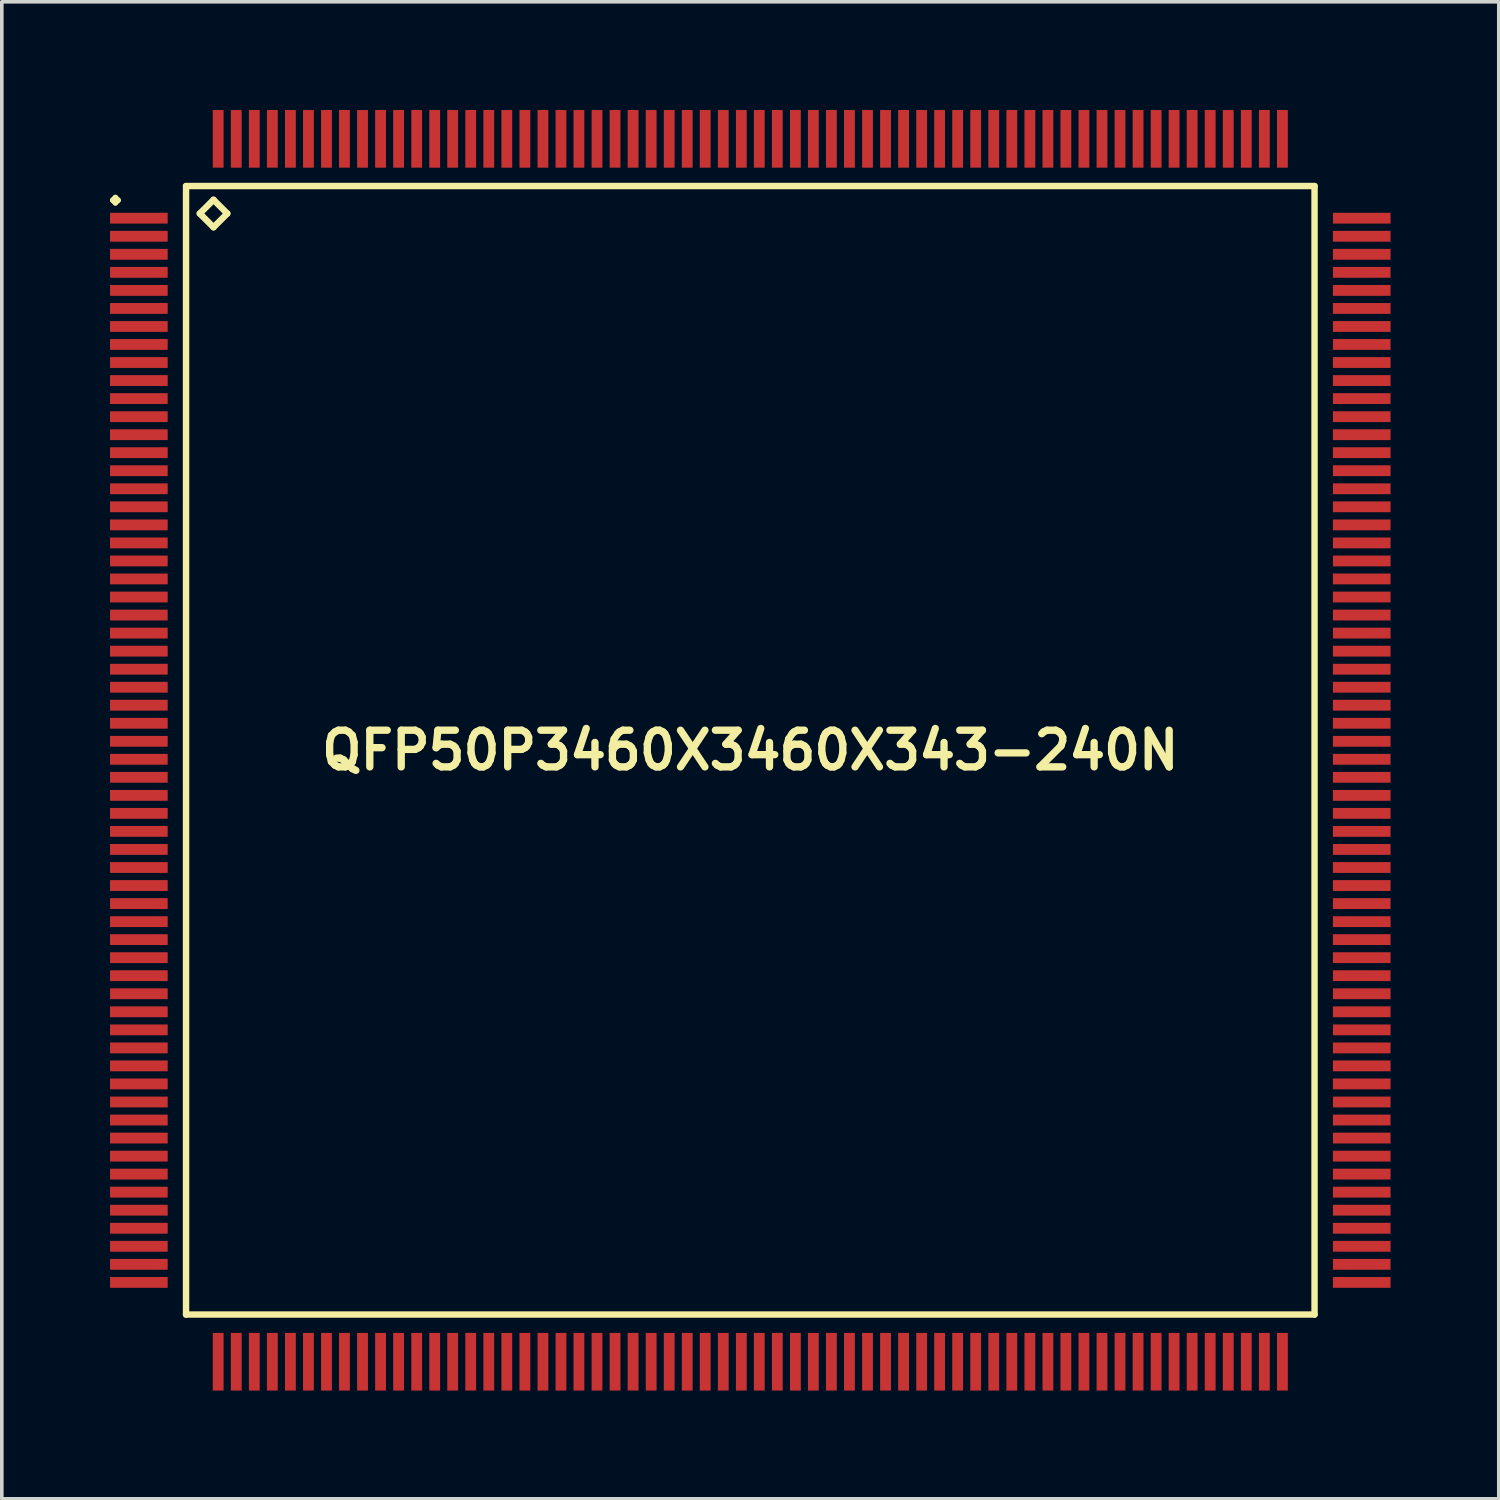
<source format=kicad_pcb>
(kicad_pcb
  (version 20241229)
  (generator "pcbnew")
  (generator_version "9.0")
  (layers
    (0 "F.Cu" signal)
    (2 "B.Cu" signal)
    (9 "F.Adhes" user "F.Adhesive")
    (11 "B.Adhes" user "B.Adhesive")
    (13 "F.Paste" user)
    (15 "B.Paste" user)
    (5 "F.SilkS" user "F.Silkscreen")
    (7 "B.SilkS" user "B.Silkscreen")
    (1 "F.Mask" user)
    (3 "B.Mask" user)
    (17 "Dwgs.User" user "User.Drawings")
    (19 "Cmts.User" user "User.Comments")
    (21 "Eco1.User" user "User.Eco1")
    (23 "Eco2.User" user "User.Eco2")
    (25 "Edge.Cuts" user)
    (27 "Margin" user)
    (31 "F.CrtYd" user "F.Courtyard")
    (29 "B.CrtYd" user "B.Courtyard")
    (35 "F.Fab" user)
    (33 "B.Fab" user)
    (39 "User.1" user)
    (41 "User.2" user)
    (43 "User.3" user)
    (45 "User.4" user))
  (footprint "QFP50P3460X3460X343-240N"
    (layer "F.Cu")
    (at 17.748 17.748)
    (property "Reference" "QFP50P3460X3460X343-240N" (at 0 0 0) (layer "F.SilkS") (effects (font (size 1.016 1.016) (thickness 0.203))))
    (attr smd)
    (fp_line (start -17.673 -15.248) (end -17.6 -15.324) (stroke (width 0.15) (type solid)) (layer "F.SilkS"))
    (fp_line (start -17.6 -15.324) (end -17.523 -15.248) (stroke (width 0.15) (type solid)) (layer "F.SilkS"))
    (fp_line (start -17.6 -15.174) (end -17.673 -15.248) (stroke (width 0.15) (type solid)) (layer "F.SilkS"))
    (fp_line (start -17.523 -15.248) (end -17.6 -15.174) (stroke (width 0.15) (type solid)) (layer "F.SilkS"))
    (fp_line (start -15.641 -15.641) (end -15.641 15.641) (stroke (width 0.178) (type solid)) (layer "F.SilkS"))
    (fp_line (start -15.641 15.641) (end 15.641 15.641) (stroke (width 0.178) (type solid)) (layer "F.SilkS"))
    (fp_line (start -15.26 -14.879) (end -14.879 -15.26) (stroke (width 0.178) (type solid)) (layer "F.SilkS"))
    (fp_line (start -14.879 -15.26) (end -14.498 -14.879) (stroke (width 0.178) (type solid)) (layer "F.SilkS"))
    (fp_line (start -14.879 -14.498) (end -15.26 -14.879) (stroke (width 0.178) (type solid)) (layer "F.SilkS"))
    (fp_line (start -14.498 -14.879) (end -14.879 -14.498) (stroke (width 0.178) (type solid)) (layer "F.SilkS"))
    (fp_line (start 15.641 -15.641) (end -15.641 -15.641) (stroke (width 0.178) (type solid)) (layer "F.SilkS"))
    (fp_line (start 15.641 15.641) (end 15.641 -15.641) (stroke (width 0.178) (type solid)) (layer "F.SilkS"))
    (pad "1" smd rect (at -16.949 -14.75) (size 1.598 0.3) (layers "F.Cu" "F.Mask" "F.Paste"))
    (pad "2" smd rect (at -16.949 -14.249) (size 1.598 0.3) (layers "F.Cu" "F.Mask" "F.Paste"))
    (pad "3" smd rect (at -16.949 -13.749) (size 1.598 0.3) (layers "F.Cu" "F.Mask" "F.Paste"))
    (pad "4" smd rect (at -16.949 -13.249) (size 1.598 0.3) (layers "F.Cu" "F.Mask" "F.Paste"))
    (pad "5" smd rect (at -16.949 -12.748) (size 1.598 0.3) (layers "F.Cu" "F.Mask" "F.Paste"))
    (pad "6" smd rect (at -16.949 -12.248) (size 1.598 0.3) (layers "F.Cu" "F.Mask" "F.Paste"))
    (pad "7" smd rect (at -16.949 -11.748) (size 1.598 0.3) (layers "F.Cu" "F.Mask" "F.Paste"))
    (pad "8" smd rect (at -16.949 -11.25) (size 1.598 0.3) (layers "F.Cu" "F.Mask" "F.Paste"))
    (pad "9" smd rect (at -16.949 -10.749) (size 1.598 0.3) (layers "F.Cu" "F.Mask" "F.Paste"))
    (pad "10" smd rect (at -16.949 -10.249) (size 1.598 0.3) (layers "F.Cu" "F.Mask" "F.Paste"))
    (pad "11" smd rect (at -16.949 -9.749) (size 1.598 0.3) (layers "F.Cu" "F.Mask" "F.Paste"))
    (pad "12" smd rect (at -16.949 -9.248) (size 1.598 0.3) (layers "F.Cu" "F.Mask" "F.Paste"))
    (pad "13" smd rect (at -16.949 -8.748) (size 1.598 0.3) (layers "F.Cu" "F.Mask" "F.Paste"))
    (pad "14" smd rect (at -16.949 -8.25) (size 1.598 0.3) (layers "F.Cu" "F.Mask" "F.Paste"))
    (pad "15" smd rect (at -16.949 -7.75) (size 1.598 0.3) (layers "F.Cu" "F.Mask" "F.Paste"))
    (pad "16" smd rect (at -16.949 -7.249) (size 1.598 0.3) (layers "F.Cu" "F.Mask" "F.Paste"))
    (pad "17" smd rect (at -16.949 -6.749) (size 1.598 0.3) (layers "F.Cu" "F.Mask" "F.Paste"))
    (pad "18" smd rect (at -16.949 -6.248) (size 1.598 0.3) (layers "F.Cu" "F.Mask" "F.Paste"))
    (pad "19" smd rect (at -16.949 -5.748) (size 1.598 0.3) (layers "F.Cu" "F.Mask" "F.Paste"))
    (pad "20" smd rect (at -16.949 -5.248) (size 1.598 0.3) (layers "F.Cu" "F.Mask" "F.Paste"))
    (pad "21" smd rect (at -16.949 -4.75) (size 1.598 0.3) (layers "F.Cu" "F.Mask" "F.Paste"))
    (pad "22" smd rect (at -16.949 -4.249) (size 1.598 0.3) (layers "F.Cu" "F.Mask" "F.Paste"))
    (pad "23" smd rect (at -16.949 -3.749) (size 1.598 0.3) (layers "F.Cu" "F.Mask" "F.Paste"))
    (pad "24" smd rect (at -16.949 -3.249) (size 1.598 0.3) (layers "F.Cu" "F.Mask" "F.Paste"))
    (pad "25" smd rect (at -16.949 -2.748) (size 1.598 0.3) (layers "F.Cu" "F.Mask" "F.Paste"))
    (pad "26" smd rect (at -16.949 -2.248) (size 1.598 0.3) (layers "F.Cu" "F.Mask" "F.Paste"))
    (pad "27" smd rect (at -16.949 -1.748) (size 1.598 0.3) (layers "F.Cu" "F.Mask" "F.Paste"))
    (pad "28" smd rect (at -16.949 -1.25) (size 1.598 0.3) (layers "F.Cu" "F.Mask" "F.Paste"))
    (pad "29" smd rect (at -16.949 -0.749) (size 1.598 0.3) (layers "F.Cu" "F.Mask" "F.Paste"))
    (pad "30" smd rect (at -16.949 -0.249) (size 1.598 0.3) (layers "F.Cu" "F.Mask" "F.Paste"))
    (pad "31" smd rect (at -16.949 0.249) (size 1.598 0.3) (layers "F.Cu" "F.Mask" "F.Paste"))
    (pad "32" smd rect (at -16.949 0.749) (size 1.598 0.3) (layers "F.Cu" "F.Mask" "F.Paste"))
    (pad "33" smd rect (at -16.949 1.25) (size 1.598 0.3) (layers "F.Cu" "F.Mask" "F.Paste"))
    (pad "34" smd rect (at -16.949 1.748) (size 1.598 0.3) (layers "F.Cu" "F.Mask" "F.Paste"))
    (pad "35" smd rect (at -16.949 2.248) (size 1.598 0.3) (layers "F.Cu" "F.Mask" "F.Paste"))
    (pad "36" smd rect (at -16.949 2.748) (size 1.598 0.3) (layers "F.Cu" "F.Mask" "F.Paste"))
    (pad "37" smd rect (at -16.949 3.249) (size 1.598 0.3) (layers "F.Cu" "F.Mask" "F.Paste"))
    (pad "38" smd rect (at -16.949 3.749) (size 1.598 0.3) (layers "F.Cu" "F.Mask" "F.Paste"))
    (pad "39" smd rect (at -16.949 4.249) (size 1.598 0.3) (layers "F.Cu" "F.Mask" "F.Paste"))
    (pad "40" smd rect (at -16.949 4.75) (size 1.598 0.3) (layers "F.Cu" "F.Mask" "F.Paste"))
    (pad "41" smd rect (at -16.949 5.248) (size 1.598 0.3) (layers "F.Cu" "F.Mask" "F.Paste"))
    (pad "42" smd rect (at -16.949 5.748) (size 1.598 0.3) (layers "F.Cu" "F.Mask" "F.Paste"))
    (pad "43" smd rect (at -16.949 6.248) (size 1.598 0.3) (layers "F.Cu" "F.Mask" "F.Paste"))
    (pad "44" smd rect (at -16.949 6.749) (size 1.598 0.3) (layers "F.Cu" "F.Mask" "F.Paste"))
    (pad "45" smd rect (at -16.949 7.249) (size 1.598 0.3) (layers "F.Cu" "F.Mask" "F.Paste"))
    (pad "46" smd rect (at -16.949 7.75) (size 1.598 0.3) (layers "F.Cu" "F.Mask" "F.Paste"))
    (pad "47" smd rect (at -16.949 8.25) (size 1.598 0.3) (layers "F.Cu" "F.Mask" "F.Paste"))
    (pad "48" smd rect (at -16.949 8.748) (size 1.598 0.3) (layers "F.Cu" "F.Mask" "F.Paste"))
    (pad "49" smd rect (at -16.949 9.248) (size 1.598 0.3) (layers "F.Cu" "F.Mask" "F.Paste"))
    (pad "50" smd rect (at -16.949 9.749) (size 1.598 0.3) (layers "F.Cu" "F.Mask" "F.Paste"))
    (pad "51" smd rect (at -16.949 10.249) (size 1.598 0.3) (layers "F.Cu" "F.Mask" "F.Paste"))
    (pad "52" smd rect (at -16.949 10.749) (size 1.598 0.3) (layers "F.Cu" "F.Mask" "F.Paste"))
    (pad "53" smd rect (at -16.949 11.25) (size 1.598 0.3) (layers "F.Cu" "F.Mask" "F.Paste"))
    (pad "54" smd rect (at -16.949 11.748) (size 1.598 0.3) (layers "F.Cu" "F.Mask" "F.Paste"))
    (pad "55" smd rect (at -16.949 12.248) (size 1.598 0.3) (layers "F.Cu" "F.Mask" "F.Paste"))
    (pad "56" smd rect (at -16.949 12.748) (size 1.598 0.3) (layers "F.Cu" "F.Mask" "F.Paste"))
    (pad "57" smd rect (at -16.949 13.249) (size 1.598 0.3) (layers "F.Cu" "F.Mask" "F.Paste"))
    (pad "58" smd rect (at -16.949 13.749) (size 1.598 0.3) (layers "F.Cu" "F.Mask" "F.Paste"))
    (pad "59" smd rect (at -16.949 14.249) (size 1.598 0.3) (layers "F.Cu" "F.Mask" "F.Paste"))
    (pad "60" smd rect (at -16.949 14.75) (size 1.598 0.3) (layers "F.Cu" "F.Mask" "F.Paste"))
    (pad "61" smd rect (at -14.75 16.949) (size 0.3 1.598) (layers "F.Cu" "F.Mask" "F.Paste"))
    (pad "62" smd rect (at -14.249 16.949) (size 0.3 1.598) (layers "F.Cu" "F.Mask" "F.Paste"))
    (pad "63" smd rect (at -13.749 16.949) (size 0.3 1.598) (layers "F.Cu" "F.Mask" "F.Paste"))
    (pad "64" smd rect (at -13.249 16.949) (size 0.3 1.598) (layers "F.Cu" "F.Mask" "F.Paste"))
    (pad "65" smd rect (at -12.748 16.949) (size 0.3 1.598) (layers "F.Cu" "F.Mask" "F.Paste"))
    (pad "66" smd rect (at -12.248 16.949) (size 0.3 1.598) (layers "F.Cu" "F.Mask" "F.Paste"))
    (pad "67" smd rect (at -11.748 16.949) (size 0.3 1.598) (layers "F.Cu" "F.Mask" "F.Paste"))
    (pad "68" smd rect (at -11.25 16.949) (size 0.3 1.598) (layers "F.Cu" "F.Mask" "F.Paste"))
    (pad "69" smd rect (at -10.749 16.949) (size 0.3 1.598) (layers "F.Cu" "F.Mask" "F.Paste"))
    (pad "70" smd rect (at -10.249 16.949) (size 0.3 1.598) (layers "F.Cu" "F.Mask" "F.Paste"))
    (pad "71" smd rect (at -9.749 16.949) (size 0.3 1.598) (layers "F.Cu" "F.Mask" "F.Paste"))
    (pad "72" smd rect (at -9.248 16.949) (size 0.3 1.598) (layers "F.Cu" "F.Mask" "F.Paste"))
    (pad "73" smd rect (at -8.748 16.949) (size 0.3 1.598) (layers "F.Cu" "F.Mask" "F.Paste"))
    (pad "74" smd rect (at -8.25 16.949) (size 0.3 1.598) (layers "F.Cu" "F.Mask" "F.Paste"))
    (pad "75" smd rect (at -7.75 16.949) (size 0.3 1.598) (layers "F.Cu" "F.Mask" "F.Paste"))
    (pad "76" smd rect (at -7.249 16.949) (size 0.3 1.598) (layers "F.Cu" "F.Mask" "F.Paste"))
    (pad "77" smd rect (at -6.749 16.949) (size 0.3 1.598) (layers "F.Cu" "F.Mask" "F.Paste"))
    (pad "78" smd rect (at -6.248 16.949) (size 0.3 1.598) (layers "F.Cu" "F.Mask" "F.Paste"))
    (pad "79" smd rect (at -5.748 16.949) (size 0.3 1.598) (layers "F.Cu" "F.Mask" "F.Paste"))
    (pad "80" smd rect (at -5.248 16.949) (size 0.3 1.598) (layers "F.Cu" "F.Mask" "F.Paste"))
    (pad "81" smd rect (at -4.75 16.949) (size 0.3 1.598) (layers "F.Cu" "F.Mask" "F.Paste"))
    (pad "82" smd rect (at -4.249 16.949) (size 0.3 1.598) (layers "F.Cu" "F.Mask" "F.Paste"))
    (pad "83" smd rect (at -3.749 16.949) (size 0.3 1.598) (layers "F.Cu" "F.Mask" "F.Paste"))
    (pad "84" smd rect (at -3.249 16.949) (size 0.3 1.598) (layers "F.Cu" "F.Mask" "F.Paste"))
    (pad "85" smd rect (at -2.748 16.949) (size 0.3 1.598) (layers "F.Cu" "F.Mask" "F.Paste"))
    (pad "86" smd rect (at -2.248 16.949) (size 0.3 1.598) (layers "F.Cu" "F.Mask" "F.Paste"))
    (pad "87" smd rect (at -1.748 16.949) (size 0.3 1.598) (layers "F.Cu" "F.Mask" "F.Paste"))
    (pad "88" smd rect (at -1.25 16.949) (size 0.3 1.598) (layers "F.Cu" "F.Mask" "F.Paste"))
    (pad "89" smd rect (at -0.749 16.949) (size 0.3 1.598) (layers "F.Cu" "F.Mask" "F.Paste"))
    (pad "90" smd rect (at -0.249 16.949) (size 0.3 1.598) (layers "F.Cu" "F.Mask" "F.Paste"))
    (pad "91" smd rect (at 0.249 16.949) (size 0.3 1.598) (layers "F.Cu" "F.Mask" "F.Paste"))
    (pad "92" smd rect (at 0.749 16.949) (size 0.3 1.598) (layers "F.Cu" "F.Mask" "F.Paste"))
    (pad "93" smd rect (at 1.25 16.949) (size 0.3 1.598) (layers "F.Cu" "F.Mask" "F.Paste"))
    (pad "94" smd rect (at 1.748 16.949) (size 0.3 1.598) (layers "F.Cu" "F.Mask" "F.Paste"))
    (pad "95" smd rect (at 2.248 16.949) (size 0.3 1.598) (layers "F.Cu" "F.Mask" "F.Paste"))
    (pad "96" smd rect (at 2.748 16.949) (size 0.3 1.598) (layers "F.Cu" "F.Mask" "F.Paste"))
    (pad "97" smd rect (at 3.249 16.949) (size 0.3 1.598) (layers "F.Cu" "F.Mask" "F.Paste"))
    (pad "98" smd rect (at 3.749 16.949) (size 0.3 1.598) (layers "F.Cu" "F.Mask" "F.Paste"))
    (pad "99" smd rect (at 4.249 16.949) (size 0.3 1.598) (layers "F.Cu" "F.Mask" "F.Paste"))
    (pad "100" smd rect (at 4.75 16.949) (size 0.3 1.598) (layers "F.Cu" "F.Mask" "F.Paste"))
    (pad "101" smd rect (at 5.248 16.949) (size 0.3 1.598) (layers "F.Cu" "F.Mask" "F.Paste"))
    (pad "102" smd rect (at 5.748 16.949) (size 0.3 1.598) (layers "F.Cu" "F.Mask" "F.Paste"))
    (pad "103" smd rect (at 6.248 16.949) (size 0.3 1.598) (layers "F.Cu" "F.Mask" "F.Paste"))
    (pad "104" smd rect (at 6.749 16.949) (size 0.3 1.598) (layers "F.Cu" "F.Mask" "F.Paste"))
    (pad "105" smd rect (at 7.249 16.949) (size 0.3 1.598) (layers "F.Cu" "F.Mask" "F.Paste"))
    (pad "106" smd rect (at 7.75 16.949) (size 0.3 1.598) (layers "F.Cu" "F.Mask" "F.Paste"))
    (pad "107" smd rect (at 8.25 16.949) (size 0.3 1.598) (layers "F.Cu" "F.Mask" "F.Paste"))
    (pad "108" smd rect (at 8.748 16.949) (size 0.3 1.598) (layers "F.Cu" "F.Mask" "F.Paste"))
    (pad "109" smd rect (at 9.248 16.949) (size 0.3 1.598) (layers "F.Cu" "F.Mask" "F.Paste"))
    (pad "110" smd rect (at 9.749 16.949) (size 0.3 1.598) (layers "F.Cu" "F.Mask" "F.Paste"))
    (pad "111" smd rect (at 10.249 16.949) (size 0.3 1.598) (layers "F.Cu" "F.Mask" "F.Paste"))
    (pad "112" smd rect (at 10.749 16.949) (size 0.3 1.598) (layers "F.Cu" "F.Mask" "F.Paste"))
    (pad "113" smd rect (at 11.25 16.949) (size 0.3 1.598) (layers "F.Cu" "F.Mask" "F.Paste"))
    (pad "114" smd rect (at 11.748 16.949) (size 0.3 1.598) (layers "F.Cu" "F.Mask" "F.Paste"))
    (pad "115" smd rect (at 12.248 16.949) (size 0.3 1.598) (layers "F.Cu" "F.Mask" "F.Paste"))
    (pad "116" smd rect (at 12.748 16.949) (size 0.3 1.598) (layers "F.Cu" "F.Mask" "F.Paste"))
    (pad "117" smd rect (at 13.249 16.949) (size 0.3 1.598) (layers "F.Cu" "F.Mask" "F.Paste"))
    (pad "118" smd rect (at 13.749 16.949) (size 0.3 1.598) (layers "F.Cu" "F.Mask" "F.Paste"))
    (pad "119" smd rect (at 14.249 16.949) (size 0.3 1.598) (layers "F.Cu" "F.Mask" "F.Paste"))
    (pad "120" smd rect (at 14.75 16.949) (size 0.3 1.598) (layers "F.Cu" "F.Mask" "F.Paste"))
    (pad "121" smd rect (at 16.949 14.75) (size 1.598 0.3) (layers "F.Cu" "F.Mask" "F.Paste"))
    (pad "122" smd rect (at 16.949 14.249) (size 1.598 0.3) (layers "F.Cu" "F.Mask" "F.Paste"))
    (pad "123" smd rect (at 16.949 13.749) (size 1.598 0.3) (layers "F.Cu" "F.Mask" "F.Paste"))
    (pad "124" smd rect (at 16.949 13.249) (size 1.598 0.3) (layers "F.Cu" "F.Mask" "F.Paste"))
    (pad "125" smd rect (at 16.949 12.748) (size 1.598 0.3) (layers "F.Cu" "F.Mask" "F.Paste"))
    (pad "126" smd rect (at 16.949 12.248) (size 1.598 0.3) (layers "F.Cu" "F.Mask" "F.Paste"))
    (pad "127" smd rect (at 16.949 11.748) (size 1.598 0.3) (layers "F.Cu" "F.Mask" "F.Paste"))
    (pad "128" smd rect (at 16.949 11.25) (size 1.598 0.3) (layers "F.Cu" "F.Mask" "F.Paste"))
    (pad "129" smd rect (at 16.949 10.749) (size 1.598 0.3) (layers "F.Cu" "F.Mask" "F.Paste"))
    (pad "130" smd rect (at 16.949 10.249) (size 1.598 0.3) (layers "F.Cu" "F.Mask" "F.Paste"))
    (pad "131" smd rect (at 16.949 9.749) (size 1.598 0.3) (layers "F.Cu" "F.Mask" "F.Paste"))
    (pad "132" smd rect (at 16.949 9.248) (size 1.598 0.3) (layers "F.Cu" "F.Mask" "F.Paste"))
    (pad "133" smd rect (at 16.949 8.748) (size 1.598 0.3) (layers "F.Cu" "F.Mask" "F.Paste"))
    (pad "134" smd rect (at 16.949 8.25) (size 1.598 0.3) (layers "F.Cu" "F.Mask" "F.Paste"))
    (pad "135" smd rect (at 16.949 7.75) (size 1.598 0.3) (layers "F.Cu" "F.Mask" "F.Paste"))
    (pad "136" smd rect (at 16.949 7.249) (size 1.598 0.3) (layers "F.Cu" "F.Mask" "F.Paste"))
    (pad "137" smd rect (at 16.949 6.749) (size 1.598 0.3) (layers "F.Cu" "F.Mask" "F.Paste"))
    (pad "138" smd rect (at 16.949 6.248) (size 1.598 0.3) (layers "F.Cu" "F.Mask" "F.Paste"))
    (pad "139" smd rect (at 16.949 5.748) (size 1.598 0.3) (layers "F.Cu" "F.Mask" "F.Paste"))
    (pad "140" smd rect (at 16.949 5.248) (size 1.598 0.3) (layers "F.Cu" "F.Mask" "F.Paste"))
    (pad "141" smd rect (at 16.949 4.75) (size 1.598 0.3) (layers "F.Cu" "F.Mask" "F.Paste"))
    (pad "142" smd rect (at 16.949 4.249) (size 1.598 0.3) (layers "F.Cu" "F.Mask" "F.Paste"))
    (pad "143" smd rect (at 16.949 3.749) (size 1.598 0.3) (layers "F.Cu" "F.Mask" "F.Paste"))
    (pad "144" smd rect (at 16.949 3.249) (size 1.598 0.3) (layers "F.Cu" "F.Mask" "F.Paste"))
    (pad "145" smd rect (at 16.949 2.748) (size 1.598 0.3) (layers "F.Cu" "F.Mask" "F.Paste"))
    (pad "146" smd rect (at 16.949 2.248) (size 1.598 0.3) (layers "F.Cu" "F.Mask" "F.Paste"))
    (pad "147" smd rect (at 16.949 1.748) (size 1.598 0.3) (layers "F.Cu" "F.Mask" "F.Paste"))
    (pad "148" smd rect (at 16.949 1.25) (size 1.598 0.3) (layers "F.Cu" "F.Mask" "F.Paste"))
    (pad "149" smd rect (at 16.949 0.749) (size 1.598 0.3) (layers "F.Cu" "F.Mask" "F.Paste"))
    (pad "150" smd rect (at 16.949 0.249) (size 1.598 0.3) (layers "F.Cu" "F.Mask" "F.Paste"))
    (pad "151" smd rect (at 16.949 -0.249) (size 1.598 0.3) (layers "F.Cu" "F.Mask" "F.Paste"))
    (pad "152" smd rect (at 16.949 -0.749) (size 1.598 0.3) (layers "F.Cu" "F.Mask" "F.Paste"))
    (pad "153" smd rect (at 16.949 -1.25) (size 1.598 0.3) (layers "F.Cu" "F.Mask" "F.Paste"))
    (pad "154" smd rect (at 16.949 -1.748) (size 1.598 0.3) (layers "F.Cu" "F.Mask" "F.Paste"))
    (pad "155" smd rect (at 16.949 -2.248) (size 1.598 0.3) (layers "F.Cu" "F.Mask" "F.Paste"))
    (pad "156" smd rect (at 16.949 -2.748) (size 1.598 0.3) (layers "F.Cu" "F.Mask" "F.Paste"))
    (pad "157" smd rect (at 16.949 -3.249) (size 1.598 0.3) (layers "F.Cu" "F.Mask" "F.Paste"))
    (pad "158" smd rect (at 16.949 -3.749) (size 1.598 0.3) (layers "F.Cu" "F.Mask" "F.Paste"))
    (pad "159" smd rect (at 16.949 -4.249) (size 1.598 0.3) (layers "F.Cu" "F.Mask" "F.Paste"))
    (pad "160" smd rect (at 16.949 -4.75) (size 1.598 0.3) (layers "F.Cu" "F.Mask" "F.Paste"))
    (pad "161" smd rect (at 16.949 -5.248) (size 1.598 0.3) (layers "F.Cu" "F.Mask" "F.Paste"))
    (pad "162" smd rect (at 16.949 -5.748) (size 1.598 0.3) (layers "F.Cu" "F.Mask" "F.Paste"))
    (pad "163" smd rect (at 16.949 -6.248) (size 1.598 0.3) (layers "F.Cu" "F.Mask" "F.Paste"))
    (pad "164" smd rect (at 16.949 -6.749) (size 1.598 0.3) (layers "F.Cu" "F.Mask" "F.Paste"))
    (pad "165" smd rect (at 16.949 -7.249) (size 1.598 0.3) (layers "F.Cu" "F.Mask" "F.Paste"))
    (pad "166" smd rect (at 16.949 -7.75) (size 1.598 0.3) (layers "F.Cu" "F.Mask" "F.Paste"))
    (pad "167" smd rect (at 16.949 -8.25) (size 1.598 0.3) (layers "F.Cu" "F.Mask" "F.Paste"))
    (pad "168" smd rect (at 16.949 -8.748) (size 1.598 0.3) (layers "F.Cu" "F.Mask" "F.Paste"))
    (pad "169" smd rect (at 16.949 -9.248) (size 1.598 0.3) (layers "F.Cu" "F.Mask" "F.Paste"))
    (pad "170" smd rect (at 16.949 -9.749) (size 1.598 0.3) (layers "F.Cu" "F.Mask" "F.Paste"))
    (pad "171" smd rect (at 16.949 -10.249) (size 1.598 0.3) (layers "F.Cu" "F.Mask" "F.Paste"))
    (pad "172" smd rect (at 16.949 -10.749) (size 1.598 0.3) (layers "F.Cu" "F.Mask" "F.Paste"))
    (pad "173" smd rect (at 16.949 -11.25) (size 1.598 0.3) (layers "F.Cu" "F.Mask" "F.Paste"))
    (pad "174" smd rect (at 16.949 -11.748) (size 1.598 0.3) (layers "F.Cu" "F.Mask" "F.Paste"))
    (pad "175" smd rect (at 16.949 -12.248) (size 1.598 0.3) (layers "F.Cu" "F.Mask" "F.Paste"))
    (pad "176" smd rect (at 16.949 -12.748) (size 1.598 0.3) (layers "F.Cu" "F.Mask" "F.Paste"))
    (pad "177" smd rect (at 16.949 -13.249) (size 1.598 0.3) (layers "F.Cu" "F.Mask" "F.Paste"))
    (pad "178" smd rect (at 16.949 -13.749) (size 1.598 0.3) (layers "F.Cu" "F.Mask" "F.Paste"))
    (pad "179" smd rect (at 16.949 -14.249) (size 1.598 0.3) (layers "F.Cu" "F.Mask" "F.Paste"))
    (pad "180" smd rect (at 16.949 -14.75) (size 1.598 0.3) (layers "F.Cu" "F.Mask" "F.Paste"))
    (pad "181" smd rect (at 14.75 -16.949) (size 0.3 1.598) (layers "F.Cu" "F.Mask" "F.Paste"))
    (pad "182" smd rect (at 14.249 -16.949) (size 0.3 1.598) (layers "F.Cu" "F.Mask" "F.Paste"))
    (pad "183" smd rect (at 13.749 -16.949) (size 0.3 1.598) (layers "F.Cu" "F.Mask" "F.Paste"))
    (pad "184" smd rect (at 13.249 -16.949) (size 0.3 1.598) (layers "F.Cu" "F.Mask" "F.Paste"))
    (pad "185" smd rect (at 12.748 -16.949) (size 0.3 1.598) (layers "F.Cu" "F.Mask" "F.Paste"))
    (pad "186" smd rect (at 12.248 -16.949) (size 0.3 1.598) (layers "F.Cu" "F.Mask" "F.Paste"))
    (pad "187" smd rect (at 11.748 -16.949) (size 0.3 1.598) (layers "F.Cu" "F.Mask" "F.Paste"))
    (pad "188" smd rect (at 11.25 -16.949) (size 0.3 1.598) (layers "F.Cu" "F.Mask" "F.Paste"))
    (pad "189" smd rect (at 10.749 -16.949) (size 0.3 1.598) (layers "F.Cu" "F.Mask" "F.Paste"))
    (pad "190" smd rect (at 10.249 -16.949) (size 0.3 1.598) (layers "F.Cu" "F.Mask" "F.Paste"))
    (pad "191" smd rect (at 9.749 -16.949) (size 0.3 1.598) (layers "F.Cu" "F.Mask" "F.Paste"))
    (pad "192" smd rect (at 9.248 -16.949) (size 0.3 1.598) (layers "F.Cu" "F.Mask" "F.Paste"))
    (pad "193" smd rect (at 8.748 -16.949) (size 0.3 1.598) (layers "F.Cu" "F.Mask" "F.Paste"))
    (pad "194" smd rect (at 8.25 -16.949) (size 0.3 1.598) (layers "F.Cu" "F.Mask" "F.Paste"))
    (pad "195" smd rect (at 7.75 -16.949) (size 0.3 1.598) (layers "F.Cu" "F.Mask" "F.Paste"))
    (pad "196" smd rect (at 7.249 -16.949) (size 0.3 1.598) (layers "F.Cu" "F.Mask" "F.Paste"))
    (pad "197" smd rect (at 6.749 -16.949) (size 0.3 1.598) (layers "F.Cu" "F.Mask" "F.Paste"))
    (pad "198" smd rect (at 6.248 -16.949) (size 0.3 1.598) (layers "F.Cu" "F.Mask" "F.Paste"))
    (pad "199" smd rect (at 5.748 -16.949) (size 0.3 1.598) (layers "F.Cu" "F.Mask" "F.Paste"))
    (pad "200" smd rect (at 5.248 -16.949) (size 0.3 1.598) (layers "F.Cu" "F.Mask" "F.Paste"))
    (pad "201" smd rect (at 4.75 -16.949) (size 0.3 1.598) (layers "F.Cu" "F.Mask" "F.Paste"))
    (pad "202" smd rect (at 4.249 -16.949) (size 0.3 1.598) (layers "F.Cu" "F.Mask" "F.Paste"))
    (pad "203" smd rect (at 3.749 -16.949) (size 0.3 1.598) (layers "F.Cu" "F.Mask" "F.Paste"))
    (pad "204" smd rect (at 3.249 -16.949) (size 0.3 1.598) (layers "F.Cu" "F.Mask" "F.Paste"))
    (pad "205" smd rect (at 2.748 -16.949) (size 0.3 1.598) (layers "F.Cu" "F.Mask" "F.Paste"))
    (pad "206" smd rect (at 2.248 -16.949) (size 0.3 1.598) (layers "F.Cu" "F.Mask" "F.Paste"))
    (pad "207" smd rect (at 1.748 -16.949) (size 0.3 1.598) (layers "F.Cu" "F.Mask" "F.Paste"))
    (pad "208" smd rect (at 1.25 -16.949) (size 0.3 1.598) (layers "F.Cu" "F.Mask" "F.Paste"))
    (pad "209" smd rect (at 0.749 -16.949) (size 0.3 1.598) (layers "F.Cu" "F.Mask" "F.Paste"))
    (pad "210" smd rect (at 0.249 -16.949) (size 0.3 1.598) (layers "F.Cu" "F.Mask" "F.Paste"))
    (pad "211" smd rect (at -0.249 -16.949) (size 0.3 1.598) (layers "F.Cu" "F.Mask" "F.Paste"))
    (pad "212" smd rect (at -0.749 -16.949) (size 0.3 1.598) (layers "F.Cu" "F.Mask" "F.Paste"))
    (pad "213" smd rect (at -1.25 -16.949) (size 0.3 1.598) (layers "F.Cu" "F.Mask" "F.Paste"))
    (pad "214" smd rect (at -1.748 -16.949) (size 0.3 1.598) (layers "F.Cu" "F.Mask" "F.Paste"))
    (pad "215" smd rect (at -2.248 -16.949) (size 0.3 1.598) (layers "F.Cu" "F.Mask" "F.Paste"))
    (pad "216" smd rect (at -2.748 -16.949) (size 0.3 1.598) (layers "F.Cu" "F.Mask" "F.Paste"))
    (pad "217" smd rect (at -3.249 -16.949) (size 0.3 1.598) (layers "F.Cu" "F.Mask" "F.Paste"))
    (pad "218" smd rect (at -3.749 -16.949) (size 0.3 1.598) (layers "F.Cu" "F.Mask" "F.Paste"))
    (pad "219" smd rect (at -4.249 -16.949) (size 0.3 1.598) (layers "F.Cu" "F.Mask" "F.Paste"))
    (pad "220" smd rect (at -4.75 -16.949) (size 0.3 1.598) (layers "F.Cu" "F.Mask" "F.Paste"))
    (pad "221" smd rect (at -5.248 -16.949) (size 0.3 1.598) (layers "F.Cu" "F.Mask" "F.Paste"))
    (pad "222" smd rect (at -5.748 -16.949) (size 0.3 1.598) (layers "F.Cu" "F.Mask" "F.Paste"))
    (pad "223" smd rect (at -6.248 -16.949) (size 0.3 1.598) (layers "F.Cu" "F.Mask" "F.Paste"))
    (pad "224" smd rect (at -6.749 -16.949) (size 0.3 1.598) (layers "F.Cu" "F.Mask" "F.Paste"))
    (pad "225" smd rect (at -7.249 -16.949) (size 0.3 1.598) (layers "F.Cu" "F.Mask" "F.Paste"))
    (pad "226" smd rect (at -7.75 -16.949) (size 0.3 1.598) (layers "F.Cu" "F.Mask" "F.Paste"))
    (pad "227" smd rect (at -8.25 -16.949) (size 0.3 1.598) (layers "F.Cu" "F.Mask" "F.Paste"))
    (pad "228" smd rect (at -8.748 -16.949) (size 0.3 1.598) (layers "F.Cu" "F.Mask" "F.Paste"))
    (pad "229" smd rect (at -9.248 -16.949) (size 0.3 1.598) (layers "F.Cu" "F.Mask" "F.Paste"))
    (pad "230" smd rect (at -9.749 -16.949) (size 0.3 1.598) (layers "F.Cu" "F.Mask" "F.Paste"))
    (pad "231" smd rect (at -10.249 -16.949) (size 0.3 1.598) (layers "F.Cu" "F.Mask" "F.Paste"))
    (pad "232" smd rect (at -10.749 -16.949) (size 0.3 1.598) (layers "F.Cu" "F.Mask" "F.Paste"))
    (pad "233" smd rect (at -11.25 -16.949) (size 0.3 1.598) (layers "F.Cu" "F.Mask" "F.Paste"))
    (pad "234" smd rect (at -11.748 -16.949) (size 0.3 1.598) (layers "F.Cu" "F.Mask" "F.Paste"))
    (pad "235" smd rect (at -12.248 -16.949) (size 0.3 1.598) (layers "F.Cu" "F.Mask" "F.Paste"))
    (pad "236" smd rect (at -12.748 -16.949) (size 0.3 1.598) (layers "F.Cu" "F.Mask" "F.Paste"))
    (pad "237" smd rect (at -13.249 -16.949) (size 0.3 1.598) (layers "F.Cu" "F.Mask" "F.Paste"))
    (pad "238" smd rect (at -13.749 -16.949) (size 0.3 1.598) (layers "F.Cu" "F.Mask" "F.Paste"))
    (pad "239" smd rect (at -14.249 -16.949) (size 0.3 1.598) (layers "F.Cu" "F.Mask" "F.Paste"))
    (pad "240" smd rect (at -14.75 -16.949) (size 0.3 1.598) (layers "F.Cu" "F.Mask" "F.Paste")))
  (gr_rect
    (start -3 -3)
    (end 38.496 38.496)
    (stroke (width 0.1) (type default))
    (fill no)
    (layer "Edge.Cuts")))
</source>
